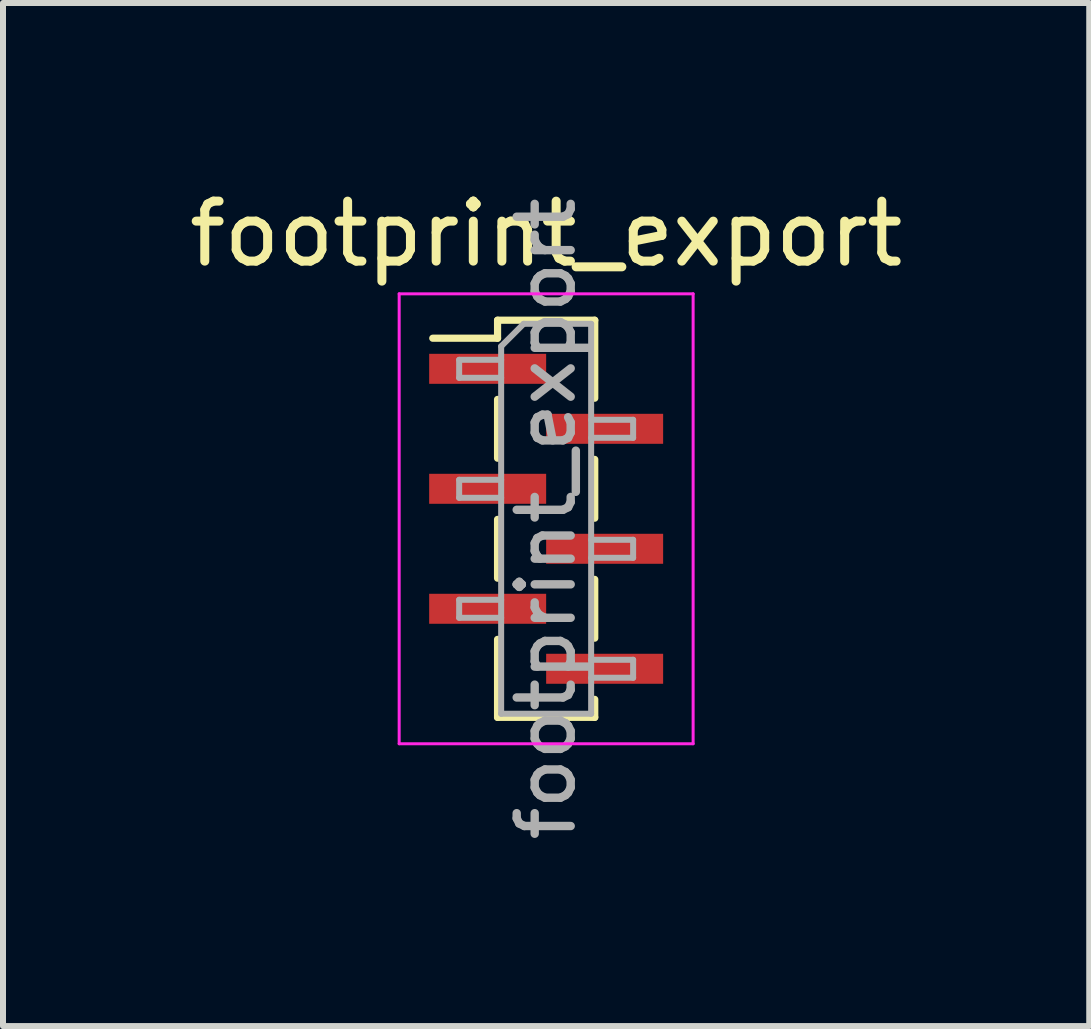
<source format=kicad_pcb>
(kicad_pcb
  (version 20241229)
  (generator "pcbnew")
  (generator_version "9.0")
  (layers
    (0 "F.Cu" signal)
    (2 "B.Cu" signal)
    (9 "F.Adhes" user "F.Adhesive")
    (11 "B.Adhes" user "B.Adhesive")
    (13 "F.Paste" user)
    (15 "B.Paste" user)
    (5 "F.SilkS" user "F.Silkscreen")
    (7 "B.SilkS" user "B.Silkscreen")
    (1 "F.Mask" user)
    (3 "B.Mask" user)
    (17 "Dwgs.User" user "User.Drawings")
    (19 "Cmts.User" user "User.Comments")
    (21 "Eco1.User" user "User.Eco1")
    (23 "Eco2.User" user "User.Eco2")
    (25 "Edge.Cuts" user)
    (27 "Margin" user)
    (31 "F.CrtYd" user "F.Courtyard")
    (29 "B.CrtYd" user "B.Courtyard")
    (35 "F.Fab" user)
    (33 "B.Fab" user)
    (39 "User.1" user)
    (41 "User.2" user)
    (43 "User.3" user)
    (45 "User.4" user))
  (footprint "footprint_export"
    (layer "F.Cu")
    (at 6.054 5.598)
    (property "Reference" "footprint_export" (at 0 -4.75 0) (layer "F.SilkS") (effects (font (size 1 1) (thickness 0.15))))
    (attr smd)
    (fp_line (start -1.89 -3.01) (end -0.81 -3.01) (stroke (width 0.12) (type solid)) (layer "F.SilkS"))
    (fp_line (start -0.81 -3.31) (end -0.81 -3.01) (stroke (width 0.12) (type solid)) (layer "F.SilkS"))
    (fp_line (start -0.81 -3.31) (end 0.81 -3.31) (stroke (width 0.12) (type solid)) (layer "F.SilkS"))
    (fp_line (start -0.81 -1.99) (end -0.81 -1.01) (stroke (width 0.12) (type solid)) (layer "F.SilkS"))
    (fp_line (start -0.81 0.01) (end -0.81 0.99) (stroke (width 0.12) (type solid)) (layer "F.SilkS"))
    (fp_line (start -0.81 2.01) (end -0.81 3.31) (stroke (width 0.12) (type solid)) (layer "F.SilkS"))
    (fp_line (start -0.81 3.31) (end 0.81 3.31) (stroke (width 0.12) (type solid)) (layer "F.SilkS"))
    (fp_line (start 0.81 -3.31) (end 0.81 -2.01) (stroke (width 0.12) (type solid)) (layer "F.SilkS"))
    (fp_line (start 0.81 -0.99) (end 0.81 -0.01) (stroke (width 0.12) (type solid)) (layer "F.SilkS"))
    (fp_line (start 0.81 1.01) (end 0.81 1.99) (stroke (width 0.12) (type solid)) (layer "F.SilkS"))
    (fp_line (start 0.81 3.01) (end 0.81 3.31) (stroke (width 0.12) (type solid)) (layer "F.SilkS"))
    (fp_line (start -2.45 -3.75) (end 2.45 -3.75) (stroke (width 0.05) (type solid)) (layer "F.CrtYd"))
    (fp_line (start -2.45 3.75) (end -2.45 -3.75) (stroke (width 0.05) (type solid)) (layer "F.CrtYd"))
    (fp_line (start 2.45 -3.75) (end 2.45 3.75) (stroke (width 0.05) (type solid)) (layer "F.CrtYd"))
    (fp_line (start 2.45 3.75) (end -2.45 3.75) (stroke (width 0.05) (type solid)) (layer "F.CrtYd"))
    (fp_line (start -1.45 -2.65) (end -0.75 -2.65) (stroke (width 0.1) (type solid)) (layer "F.Fab"))
    (fp_line (start -1.45 -2.35) (end -1.45 -2.65) (stroke (width 0.1) (type solid)) (layer "F.Fab"))
    (fp_line (start -1.45 -0.65) (end -0.75 -0.65) (stroke (width 0.1) (type solid)) (layer "F.Fab"))
    (fp_line (start -1.45 -0.35) (end -1.45 -0.65) (stroke (width 0.1) (type solid)) (layer "F.Fab"))
    (fp_line (start -1.45 1.35) (end -0.75 1.35) (stroke (width 0.1) (type solid)) (layer "F.Fab"))
    (fp_line (start -1.45 1.65) (end -1.45 1.35) (stroke (width 0.1) (type solid)) (layer "F.Fab"))
    (fp_line (start -0.75 -2.875) (end -0.375 -3.25) (stroke (width 0.1) (type solid)) (layer "F.Fab"))
    (fp_line (start -0.75 -2.35) (end -1.45 -2.35) (stroke (width 0.1) (type solid)) (layer "F.Fab"))
    (fp_line (start -0.75 -0.35) (end -1.45 -0.35) (stroke (width 0.1) (type solid)) (layer "F.Fab"))
    (fp_line (start -0.75 1.65) (end -1.45 1.65) (stroke (width 0.1) (type solid)) (layer "F.Fab"))
    (fp_line (start -0.75 3.25) (end -0.75 -2.875) (stroke (width 0.1) (type solid)) (layer "F.Fab"))
    (fp_line (start -0.375 -3.25) (end 0.75 -3.25) (stroke (width 0.1) (type solid)) (layer "F.Fab"))
    (fp_line (start 0.75 -3.25) (end 0.75 3.25) (stroke (width 0.1) (type solid)) (layer "F.Fab"))
    (fp_line (start 0.75 -1.65) (end 1.45 -1.65) (stroke (width 0.1) (type solid)) (layer "F.Fab"))
    (fp_line (start 0.75 0.35) (end 1.45 0.35) (stroke (width 0.1) (type solid)) (layer "F.Fab"))
    (fp_line (start 0.75 2.35) (end 1.45 2.35) (stroke (width 0.1) (type solid)) (layer "F.Fab"))
    (fp_line (start 0.75 3.25) (end -0.75 3.25) (stroke (width 0.1) (type solid)) (layer "F.Fab"))
    (fp_line (start 1.45 -1.65) (end 1.45 -1.35) (stroke (width 0.1) (type solid)) (layer "F.Fab"))
    (fp_line (start 1.45 -1.35) (end 0.75 -1.35) (stroke (width 0.1) (type solid)) (layer "F.Fab"))
    (fp_line (start 1.45 0.35) (end 1.45 0.65) (stroke (width 0.1) (type solid)) (layer "F.Fab"))
    (fp_line (start 1.45 0.65) (end 0.75 0.65) (stroke (width 0.1) (type solid)) (layer "F.Fab"))
    (fp_line (start 1.45 2.35) (end 1.45 2.65) (stroke (width 0.1) (type solid)) (layer "F.Fab"))
    (fp_line (start 1.45 2.65) (end 0.75 2.65) (stroke (width 0.1) (type solid)) (layer "F.Fab"))
    (fp_text user "${REFERENCE}" (at 0 0 90) (layer "F.Fab") (effects (font (size 0.9 0.9) (thickness 0.14))))
    (pad "1" smd rect (at -0.975 -2.5) (size 1.95 0.5) (layers "F.Cu" "F.Mask" "F.Paste"))
    (pad "2" smd rect (at 0.975 -1.5) (size 1.95 0.5) (layers "F.Cu" "F.Mask" "F.Paste"))
    (pad "3" smd rect (at -0.975 -0.5) (size 1.95 0.5) (layers "F.Cu" "F.Mask" "F.Paste"))
    (pad "4" smd rect (at 0.975 0.5) (size 1.95 0.5) (layers "F.Cu" "F.Mask" "F.Paste"))
    (pad "5" smd rect (at -0.975 1.5) (size 1.95 0.5) (layers "F.Cu" "F.Mask" "F.Paste"))
    (pad "6" smd rect (at 0.975 2.5) (size 1.95 0.5) (layers "F.Cu" "F.Mask" "F.Paste")))
  (gr_rect
    (start -3 -3)
    (end 15.107 14.054)
    (stroke (width 0.1) (type default))
    (fill no)
    (layer "Edge.Cuts")))
</source>
